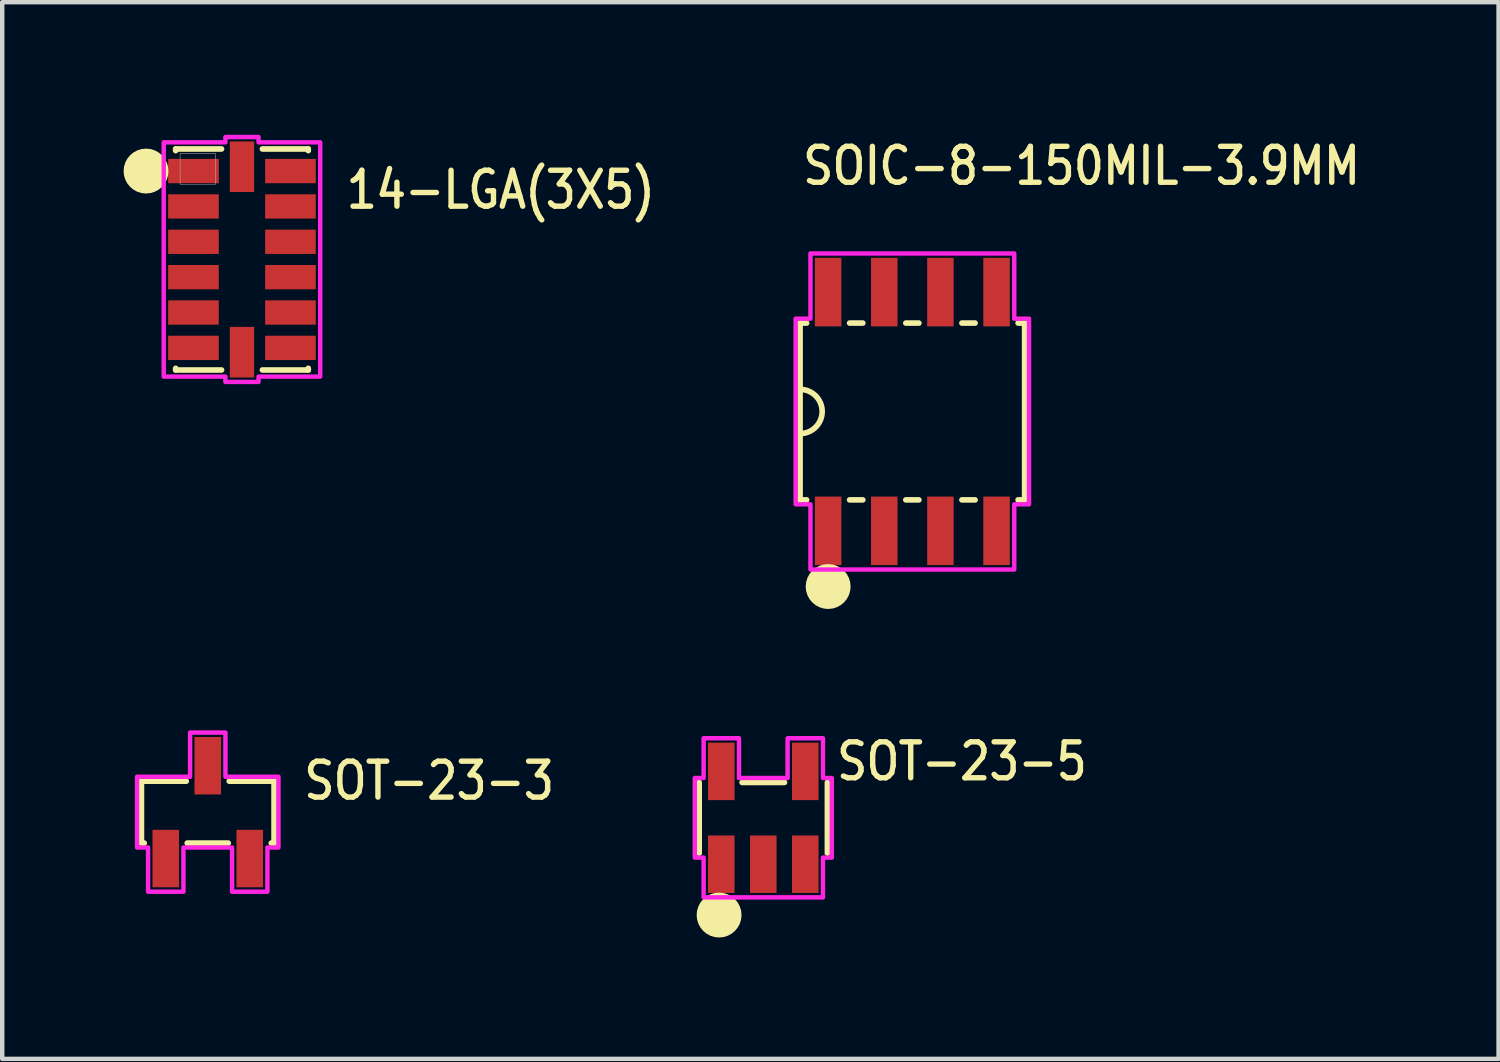
<source format=kicad_pcb>
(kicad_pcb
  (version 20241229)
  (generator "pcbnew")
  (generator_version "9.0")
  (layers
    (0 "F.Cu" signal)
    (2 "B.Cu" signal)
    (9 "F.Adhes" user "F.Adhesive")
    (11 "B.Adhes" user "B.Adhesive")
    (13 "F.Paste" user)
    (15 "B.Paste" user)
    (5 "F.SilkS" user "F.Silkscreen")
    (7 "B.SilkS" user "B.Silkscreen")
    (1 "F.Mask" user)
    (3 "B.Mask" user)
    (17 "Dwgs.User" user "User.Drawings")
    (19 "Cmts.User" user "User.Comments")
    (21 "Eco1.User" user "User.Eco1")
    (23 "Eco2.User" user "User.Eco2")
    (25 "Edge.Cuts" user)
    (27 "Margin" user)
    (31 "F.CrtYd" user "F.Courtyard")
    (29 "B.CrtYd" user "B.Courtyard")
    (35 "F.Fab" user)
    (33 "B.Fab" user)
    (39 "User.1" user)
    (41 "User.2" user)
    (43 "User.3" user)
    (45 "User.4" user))
  (footprint "SOIC-8-150MIL-3.9MM"
    (layer "F.Cu")
    (at 17.59 6.259)
    (property "Reference" "SOIC-8-150MIL-3.9MM" (at -2.54 -5.08 0) (unlocked yes) (layer "F.SilkS") (effects (font (size 0.813 0.695) (thickness 0.122)) (justify left bottom)))
    (fp_line (start -2.54 -2) (end -2.54 -0.5) (stroke (width 0.127) (type solid)) (layer "F.SilkS"))
    (fp_line (start -2.54 -2) (end -2.392 -2) (stroke (width 0.127) (type solid)) (layer "F.SilkS"))
    (fp_line (start -2.54 -0.5) (end -2.54 0.5) (stroke (width 0.127) (type solid)) (layer "F.SilkS"))
    (fp_line (start -2.54 0.5) (end -2.54 2) (stroke (width 0.127) (type solid)) (layer "F.SilkS"))
    (fp_line (start -2.54 2) (end -2.392 2) (stroke (width 0.127) (type solid)) (layer "F.SilkS"))
    (fp_line (start -1.419 -2) (end -1.121 -2) (stroke (width 0.127) (type solid)) (layer "F.SilkS"))
    (fp_line (start -1.419 2) (end -1.121 2) (stroke (width 0.127) (type solid)) (layer "F.SilkS"))
    (fp_line (start -0.148 -2) (end 0.148 -2) (stroke (width 0.127) (type solid)) (layer "F.SilkS"))
    (fp_line (start -0.148 2) (end 0.148 2) (stroke (width 0.127) (type solid)) (layer "F.SilkS"))
    (fp_line (start 1.121 -2) (end 1.419 -2) (stroke (width 0.127) (type solid)) (layer "F.SilkS"))
    (fp_line (start 1.121 2) (end 1.419 2) (stroke (width 0.127) (type solid)) (layer "F.SilkS"))
    (fp_line (start 2.392 -2) (end 2.54 -2) (stroke (width 0.127) (type solid)) (layer "F.SilkS"))
    (fp_line (start 2.392 2) (end 2.54 2) (stroke (width 0.127) (type solid)) (layer "F.SilkS"))
    (fp_line (start 2.54 -2) (end 2.54 2) (stroke (width 0.127) (type solid)) (layer "F.SilkS"))
    (fp_arc (start -2.54 -0.5) (mid -2.04 0) (end -2.54 0.5) (stroke (width 0.127) (type solid)) (layer "F.SilkS"))
    (fp_circle (center -1.905 3.96) (end -1.905 3.96) (stroke (width 0.508) (type solid)) (fill no) (layer "F.SilkS"))
    (fp_poly (pts (xy -2.305 3.575) (xy -2.305 2.1) (xy -2.64 2.1) (xy -2.64 -2.1) (xy -2.305 -2.1) (xy -2.305 -3.575) (xy 2.305 -3.575) (xy 2.305 -2.1) (xy 2.64 -2.1) (xy 2.64 2.1) (xy 2.305 2.1) (xy 2.305 3.575)) (stroke (width 0.1) (type solid)) (fill no) (layer "F.CrtYd"))
    (pad "1" smd rect (at -1.905 2.7) (size 0.6 1.55) (layers "F.Cu" "F.Mask" "F.Paste"))
    (pad "2" smd rect (at -0.635 2.7) (size 0.6 1.55) (layers "F.Cu" "F.Mask" "F.Paste"))
    (pad "3" smd rect (at 0.635 2.7) (size 0.6 1.55) (layers "F.Cu" "F.Mask" "F.Paste"))
    (pad "4" smd rect (at 1.905 2.7) (size 0.6 1.55) (layers "F.Cu" "F.Mask" "F.Paste"))
    (pad "5" smd rect (at 1.905 -2.7) (size 0.6 1.55) (layers "F.Cu" "F.Mask" "F.Paste"))
    (pad "6" smd rect (at 0.635 -2.7) (size 0.6 1.55) (layers "F.Cu" "F.Mask" "F.Paste"))
    (pad "7" smd rect (at -0.635 -2.7) (size 0.6 1.55) (layers "F.Cu" "F.Mask" "F.Paste"))
    (pad "8" smd rect (at -1.905 -2.7) (size 0.6 1.55) (layers "F.Cu" "F.Mask" "F.Paste")))
  (footprint "SOT-23-5"
    (layer "F.Cu")
    (at 14.218 15.451)
    (property "Reference" "SOT-23-5" (at 1.6 -0.8 0) (unlocked yes) (layer "F.SilkS") (effects (font (size 0.813 0.695) (thickness 0.122)) (justify left bottom)))
    (fp_line (start -1.45 -0.8) (end -1.45 0.8) (stroke (width 0.127) (type solid)) (layer "F.SilkS"))
    (fp_line (start -0.48 -0.8) (end 0.48 -0.8) (stroke (width 0.127) (type solid)) (layer "F.SilkS"))
    (fp_line (start 1.45 -0.8) (end 1.45 0.8) (stroke (width 0.127) (type solid)) (layer "F.SilkS"))
    (fp_circle (center -1 2.2) (end -1 2.2) (stroke (width 0.508) (type solid)) (fill no) (layer "F.SilkS"))
    (fp_poly (pts (xy -1.35 -1.8) (xy -0.55 -1.8) (xy -0.55 -0.9) (xy 0.55 -0.9) (xy 0.55 -1.8) (xy 1.35 -1.8) (xy 1.35 -0.9) (xy 1.55 -0.9) (xy 1.55 0.9) (xy 1.35 0.9) (xy 1.35 1.8) (xy -1.35 1.8) (xy -1.35 0.9) (xy -1.55 0.9) (xy -1.55 -0.9) (xy -1.35 -0.9)) (stroke (width 0.1) (type solid)) (fill no) (layer "F.CrtYd"))
    (pad "1" smd rect (at -0.95 1.05) (size 0.6 1.3) (layers "F.Cu" "F.Mask" "F.Paste"))
    (pad "2" smd rect (at 0 1.05) (size 0.6 1.3) (layers "F.Cu" "F.Mask" "F.Paste"))
    (pad "3" smd rect (at 0.95 1.05) (size 0.6 1.3) (layers "F.Cu" "F.Mask" "F.Paste"))
    (pad "4" smd rect (at 0.95 -1.05) (size 0.6 1.3) (layers "F.Cu" "F.Mask" "F.Paste"))
    (pad "5" smd rect (at -0.95 -1.05) (size 0.6 1.3) (layers "F.Cu" "F.Mask" "F.Paste")))
  (footprint "SOT-23-3"
    (layer "F.Cu")
    (at 1.65 15.323)
    (property "Reference" "SOT-23-3" (at 2.115 -0.235 0) (unlocked yes) (layer "F.SilkS") (effects (font (size 0.813 0.695) (thickness 0.122)) (justify left bottom)))
    (fp_line (start -1.5 -0.7) (end -1.5 0.7) (stroke (width 0.127) (type solid)) (layer "F.SilkS"))
    (fp_line (start -1.5 0.7) (end -1.437 0.7) (stroke (width 0.127) (type solid)) (layer "F.SilkS"))
    (fp_line (start -0.486 -0.7) (end -1.5 -0.7) (stroke (width 0.127) (type solid)) (layer "F.SilkS"))
    (fp_line (start -0.464 0.7) (end 0.464 0.7) (stroke (width 0.127) (type solid)) (layer "F.SilkS"))
    (fp_line (start 0.486 -0.7) (end 1.5 -0.7) (stroke (width 0.127) (type solid)) (layer "F.SilkS"))
    (fp_line (start 1.437 0.7) (end 1.5 0.7) (stroke (width 0.127) (type solid)) (layer "F.SilkS"))
    (fp_line (start 1.5 -0.7) (end 1.5 0.7) (stroke (width 0.127) (type solid)) (layer "F.SilkS"))
    (fp_poly (pts (xy -0.4 -0.8) (xy -0.4 -1.8) (xy 0.4 -1.8) (xy 0.4 -0.8) (xy 1.6 -0.8) (xy 1.6 0.8) (xy 1.35 0.8) (xy 1.35 1.8) (xy 0.55 1.8) (xy 0.55 0.8) (xy -0.55 0.8) (xy -0.55 1.8) (xy -1.35 1.8) (xy -1.35 0.8) (xy -1.6 0.8) (xy -1.6 -0.8)) (stroke (width 0.1) (type solid)) (fill no) (layer "F.CrtYd"))
    (pad "1" smd rect (at -0.95 1.05) (size 0.6 1.3) (layers "F.Cu" "F.Mask" "F.Paste"))
    (pad "2" smd rect (at 0.95 1.05) (size 0.6 1.3) (layers "F.Cu" "F.Mask" "F.Paste"))
    (pad "3" smd rect (at 0 -1.05) (size 0.6 1.3) (layers "F.Cu" "F.Mask" "F.Paste")))
  (footprint "14-LGA(3X5)"
    (layer "F.Cu")
    (at 2.424 2.82)
    (property "Reference" "14-LGA(3X5)" (at 2.3 -1.1 0) (unlocked yes) (layer "F.SilkS") (effects (font (size 0.813 0.695) (thickness 0.122)) (justify left bottom)))
    (fp_line (start -1.5 -2.5) (end -1.5 -2.462) (stroke (width 0.127) (type solid)) (layer "F.SilkS"))
    (fp_line (start -1.5 2.5) (end -1.5 2.462) (stroke (width 0.127) (type solid)) (layer "F.SilkS"))
    (fp_line (start -0.462 -2.5) (end -1.5 -2.5) (stroke (width 0.127) (type solid)) (layer "F.SilkS"))
    (fp_line (start -0.462 2.5) (end -1.5 2.5) (stroke (width 0.127) (type solid)) (layer "F.SilkS"))
    (fp_line (start 0.462 -2.5) (end 1.5 -2.5) (stroke (width 0.127) (type solid)) (layer "F.SilkS"))
    (fp_line (start 0.462 2.5) (end 1.5 2.5) (stroke (width 0.127) (type solid)) (layer "F.SilkS"))
    (fp_line (start 1.5 -2.5) (end 1.5 -2.462) (stroke (width 0.127) (type solid)) (layer "F.SilkS"))
    (fp_line (start 1.5 2.5) (end 1.5 2.462) (stroke (width 0.127) (type solid)) (layer "F.SilkS"))
    (fp_circle (center -2.17 -2) (end -2.17 -2) (stroke (width 0.508) (type solid)) (fill no) (layer "F.SilkS"))
    (fp_rect (start -1.4 -1.7) (end -0.6 -2.4) (stroke (width 0.01) (type solid)) (fill no) (layer "Dwgs.User"))
    (fp_poly (pts (xy -1.77 -2.65) (xy -0.375 -2.65) (xy -0.375 -2.77) (xy 0.375 -2.77) (xy 0.375 -2.65) (xy 1.77 -2.65) (xy 1.77 2.65) (xy 0.375 2.65) (xy 0.375 2.77) (xy -0.375 2.77) (xy -0.375 2.65) (xy -1.77 2.65)) (stroke (width 0.1) (type solid)) (fill no) (layer "F.CrtYd"))
    (pad "1" smd rect (at -1.097 -2) (size 1.145 0.55) (layers "F.Cu" "F.Mask" "F.Paste"))
    (pad "2" smd rect (at -1.097 -1.2) (size 1.145 0.55) (layers "F.Cu" "F.Mask" "F.Paste"))
    (pad "3" smd rect (at -1.097 -0.4) (size 1.145 0.55) (layers "F.Cu" "F.Mask" "F.Paste"))
    (pad "4" smd rect (at -1.097 0.4) (size 1.145 0.55) (layers "F.Cu" "F.Mask" "F.Paste"))
    (pad "5" smd rect (at -1.097 1.2) (size 1.145 0.55) (layers "F.Cu" "F.Mask" "F.Paste"))
    (pad "6" smd rect (at -1.097 2) (size 1.145 0.55) (layers "F.Cu" "F.Mask" "F.Paste"))
    (pad "7" smd rect (at 0 2.098) (size 0.55 1.145) (layers "F.Cu" "F.Mask" "F.Paste"))
    (pad "8" smd rect (at 1.097 2) (size 1.145 0.55) (layers "F.Cu" "F.Mask" "F.Paste"))
    (pad "9" smd rect (at 1.097 1.2) (size 1.145 0.55) (layers "F.Cu" "F.Mask" "F.Paste"))
    (pad "10" smd rect (at 1.097 0.4) (size 1.145 0.55) (layers "F.Cu" "F.Mask" "F.Paste"))
    (pad "11" smd rect (at 1.097 -0.4) (size 1.145 0.55) (layers "F.Cu" "F.Mask" "F.Paste"))
    (pad "12" smd rect (at 1.097 -1.2) (size 1.145 0.55) (layers "F.Cu" "F.Mask" "F.Paste"))
    (pad "13" smd rect (at 1.097 -2) (size 1.145 0.55) (layers "F.Cu" "F.Mask" "F.Paste"))
    (pad "14" smd rect (at 0 -2.098) (size 0.55 1.145) (layers "F.Cu" "F.Mask" "F.Paste")))
  (gr_rect
    (start -3 -3)
    (end 30.852 20.905)
    (stroke (width 0.1) (type default))
    (fill no)
    (layer "Edge.Cuts")))
</source>
